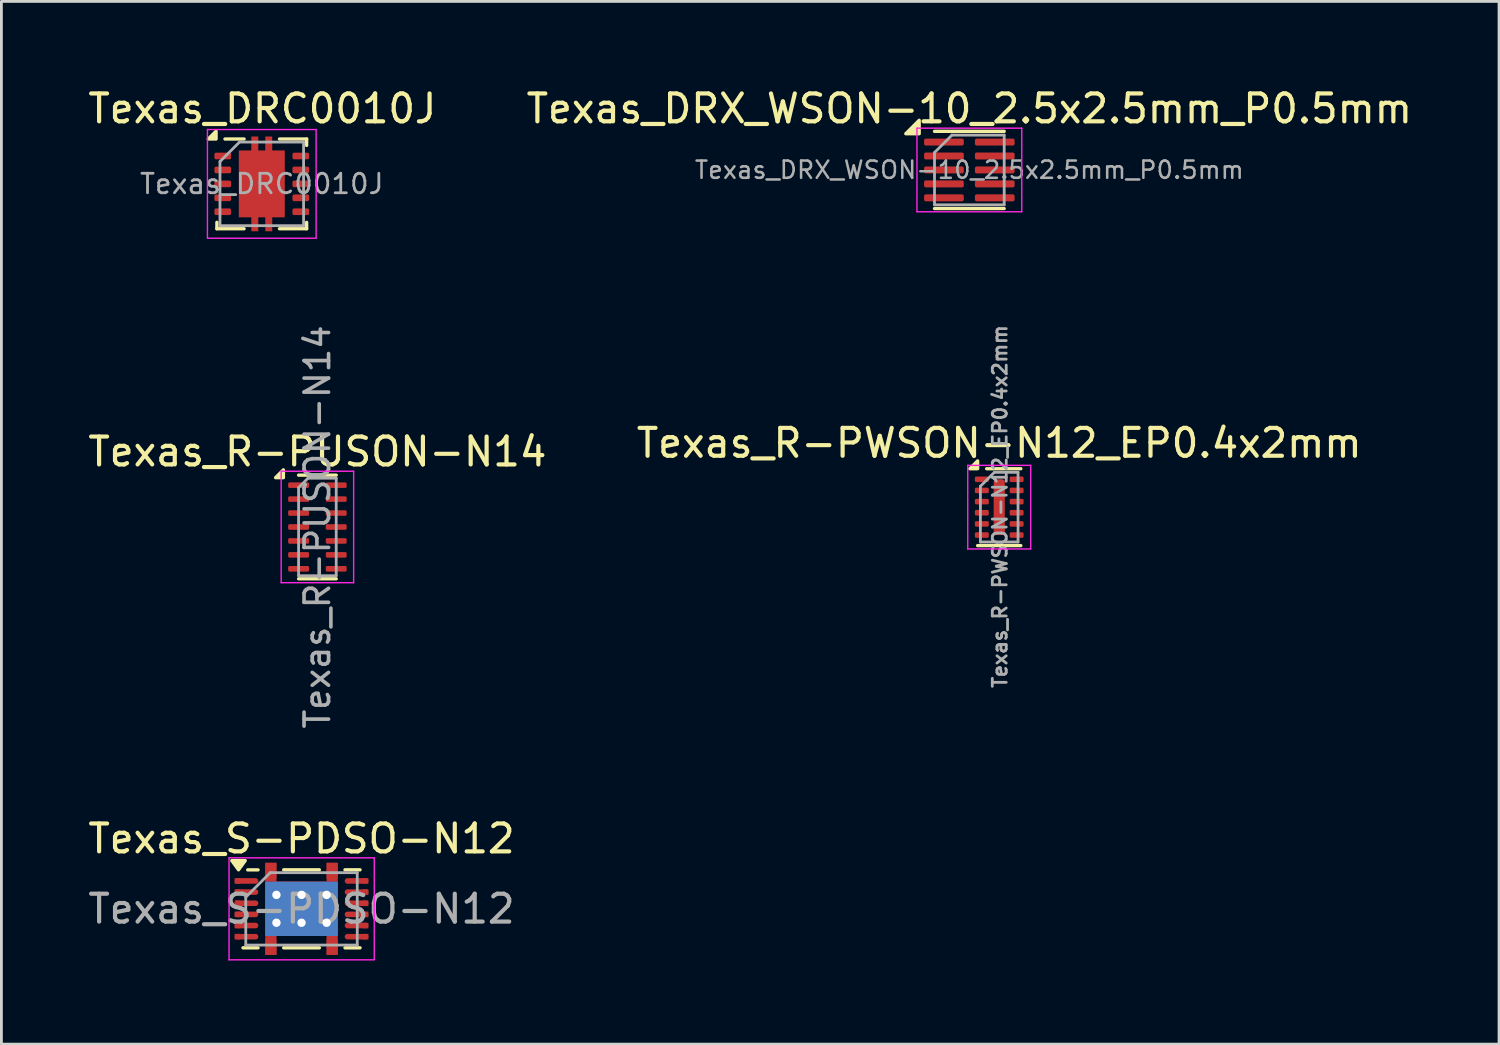
<source format=kicad_pcb>
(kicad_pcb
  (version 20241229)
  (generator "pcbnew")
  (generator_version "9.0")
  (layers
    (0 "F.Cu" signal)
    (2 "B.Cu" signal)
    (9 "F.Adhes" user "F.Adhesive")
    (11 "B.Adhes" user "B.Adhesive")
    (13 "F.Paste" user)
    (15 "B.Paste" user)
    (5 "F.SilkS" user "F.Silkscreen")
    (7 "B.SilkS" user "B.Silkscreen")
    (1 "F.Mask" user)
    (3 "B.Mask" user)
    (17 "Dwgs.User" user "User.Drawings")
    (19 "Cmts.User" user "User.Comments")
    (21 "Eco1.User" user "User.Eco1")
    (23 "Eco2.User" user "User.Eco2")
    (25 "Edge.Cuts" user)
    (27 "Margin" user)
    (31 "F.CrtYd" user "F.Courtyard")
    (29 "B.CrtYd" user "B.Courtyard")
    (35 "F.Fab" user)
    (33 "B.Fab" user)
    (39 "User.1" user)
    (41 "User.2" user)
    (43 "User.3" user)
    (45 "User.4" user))
  (footprint "Texas_R-PUSON-N14"
    (layer "F.Cu")
    (at 8.339 15.859)
    (property "Reference" "Texas_R-PUSON-N14" (at 0 -2.7 0) (layer "F.SilkS") (effects (font (size 1 1) (thickness 0.15))))
    (attr smd)
    (fp_line (start -0.675 -1.86) (end 0.675 -1.86) (stroke (width 0.12) (type solid)) (layer "F.SilkS"))
    (fp_line (start -0.675 1.86) (end 0.675 1.86) (stroke (width 0.12) (type solid)) (layer "F.SilkS"))
    (fp_poly (pts (xy -1.22 -1.77) (xy -1.5 -1.77) (xy -1.22 -2.05) (xy -1.22 -1.77)) (stroke (width 0.12) (type solid)) (fill yes) (layer "F.SilkS"))
    (fp_line (start -1.3 -2) (end -1.3 2) (stroke (width 0.05) (type solid)) (layer "F.CrtYd"))
    (fp_line (start -1.3 2) (end 1.3 2) (stroke (width 0.05) (type solid)) (layer "F.CrtYd"))
    (fp_line (start 1.3 -2) (end -1.3 -2) (stroke (width 0.05) (type solid)) (layer "F.CrtYd"))
    (fp_line (start 1.3 2) (end 1.3 -2) (stroke (width 0.05) (type solid)) (layer "F.CrtYd"))
    (fp_line (start -0.675 -1.413) (end -0.338 -1.75) (stroke (width 0.1) (type solid)) (layer "F.Fab"))
    (fp_line (start -0.675 1.75) (end -0.675 -1.413) (stroke (width 0.1) (type solid)) (layer "F.Fab"))
    (fp_line (start -0.338 -1.75) (end 0.675 -1.75) (stroke (width 0.1) (type solid)) (layer "F.Fab"))
    (fp_line (start 0.675 -1.75) (end 0.675 1.75) (stroke (width 0.1) (type solid)) (layer "F.Fab"))
    (fp_line (start 0.675 1.75) (end -0.675 1.75) (stroke (width 0.1) (type solid)) (layer "F.Fab"))
    (fp_text user "${REFERENCE}" (at 0 0 90) (layer "F.Fab") (effects (font (size 0.88 0.88) (thickness 0.13))))
    (pad "1" smd roundrect (at -0.675 -1.5) (size 0.75 0.2) (layers "F.Cu" "F.Mask" "F.Paste") (roundrect_rratio 0.25))
    (pad "2" smd roundrect (at -0.675 -1) (size 0.75 0.2) (layers "F.Cu" "F.Mask" "F.Paste") (roundrect_rratio 0.25))
    (pad "3" smd roundrect (at -0.675 -0.5) (size 0.75 0.2) (layers "F.Cu" "F.Mask" "F.Paste") (roundrect_rratio 0.25))
    (pad "4" smd roundrect (at -0.675 0) (size 0.75 0.2) (layers "F.Cu" "F.Mask" "F.Paste") (roundrect_rratio 0.25))
    (pad "5" smd roundrect (at -0.675 0.5) (size 0.75 0.2) (layers "F.Cu" "F.Mask" "F.Paste") (roundrect_rratio 0.25))
    (pad "6" smd roundrect (at -0.675 1) (size 0.75 0.2) (layers "F.Cu" "F.Mask" "F.Paste") (roundrect_rratio 0.25))
    (pad "7" smd roundrect (at -0.675 1.5) (size 0.75 0.2) (layers "F.Cu" "F.Mask" "F.Paste") (roundrect_rratio 0.25))
    (pad "8" smd roundrect (at 0.675 1.5) (size 0.75 0.2) (layers "F.Cu" "F.Mask" "F.Paste") (roundrect_rratio 0.25))
    (pad "9" smd roundrect (at 0.675 1) (size 0.75 0.2) (layers "F.Cu" "F.Mask" "F.Paste") (roundrect_rratio 0.25))
    (pad "10" smd roundrect (at 0.675 0.5) (size 0.75 0.2) (layers "F.Cu" "F.Mask" "F.Paste") (roundrect_rratio 0.25))
    (pad "11" smd roundrect (at 0.675 0) (size 0.75 0.2) (layers "F.Cu" "F.Mask" "F.Paste") (roundrect_rratio 0.25))
    (pad "12" smd roundrect (at 0.675 -0.5) (size 0.75 0.2) (layers "F.Cu" "F.Mask" "F.Paste") (roundrect_rratio 0.25))
    (pad "13" smd roundrect (at 0.675 -1) (size 0.75 0.2) (layers "F.Cu" "F.Mask" "F.Paste") (roundrect_rratio 0.25))
    (pad "14" smd roundrect (at 0.675 -1.5) (size 0.75 0.2) (layers "F.Cu" "F.Mask" "F.Paste") (roundrect_rratio 0.25)))
  (footprint "Texas_R-PWSON-N12_EP0.4x2mm"
    (layer "F.Cu")
    (at 32.804 15.148)
    (property "Reference" "Texas_R-PWSON-N12_EP0.4x2mm" (at 0 -2.3 0) (layer "F.SilkS") (effects (font (size 1 1) (thickness 0.15))))
    (attr smd)
    (fp_line (start 0.775 -1.38) (end -0.45 -1.38) (stroke (width 0.12) (type solid)) (layer "F.SilkS"))
    (fp_line (start 0.775 1.38) (end -0.775 1.38) (stroke (width 0.12) (type solid)) (layer "F.SilkS"))
    (fp_poly (pts (xy -0.775 -1.38) (xy -1.055 -1.38) (xy -0.775 -1.66) (xy -0.775 -1.38)) (stroke (width 0.12) (type solid)) (fill yes) (layer "F.SilkS"))
    (fp_line (start -1.13 -1.5) (end -1.13 1.5) (stroke (width 0.05) (type solid)) (layer "F.CrtYd"))
    (fp_line (start -1.13 -1.5) (end 1.13 -1.5) (stroke (width 0.05) (type solid)) (layer "F.CrtYd"))
    (fp_line (start -1.13 1.5) (end 1.13 1.5) (stroke (width 0.05) (type solid)) (layer "F.CrtYd"))
    (fp_line (start 1.13 -1.5) (end 1.13 1.5) (stroke (width 0.05) (type solid)) (layer "F.CrtYd"))
    (fp_line (start -0.675 -0.75) (end -0.675 1.25) (stroke (width 0.1) (type solid)) (layer "F.Fab"))
    (fp_line (start -0.675 1.25) (end 0.675 1.25) (stroke (width 0.1) (type solid)) (layer "F.Fab"))
    (fp_line (start -0.175 -1.25) (end -0.675 -0.75) (stroke (width 0.1) (type solid)) (layer "F.Fab"))
    (fp_line (start -0.175 -1.25) (end 0.675 -1.25) (stroke (width 0.1) (type solid)) (layer "F.Fab"))
    (fp_line (start 0.675 -1.25) (end 0.675 1.25) (stroke (width 0.1) (type solid)) (layer "F.Fab"))
    (fp_text user "${REFERENCE}" (at 0.025 -0.025 90) (layer "F.Fab") (effects (font (size 0.5 0.5) (thickness 0.1))))
    (pad "" smd roundrect (at 0 -0.68) (size 0.3 0.55) (layers "F.Paste") (roundrect_rratio 0.25))
    (pad "" smd roundrect (at 0 0) (size 0.3 0.55) (layers "F.Paste") (roundrect_rratio 0.25))
    (pad "" smd roundrect (at 0 0.68) (size 0.3 0.55) (layers "F.Paste") (roundrect_rratio 0.25))
    (pad "1" smd roundrect (at -0.625 -1 90) (size 0.2 0.5) (layers "F.Cu" "F.Mask" "F.Paste") (roundrect_rratio 0.25))
    (pad "2" smd roundrect (at -0.625 -0.6 90) (size 0.2 0.5) (layers "F.Cu" "F.Mask" "F.Paste") (roundrect_rratio 0.25))
    (pad "3" smd roundrect (at -0.625 -0.2 90) (size 0.2 0.5) (layers "F.Cu" "F.Mask" "F.Paste") (roundrect_rratio 0.25))
    (pad "4" smd roundrect (at -0.625 0.2 90) (size 0.2 0.5) (layers "F.Cu" "F.Mask" "F.Paste") (roundrect_rratio 0.25))
    (pad "5" smd roundrect (at -0.625 0.6 90) (size 0.2 0.5) (layers "F.Cu" "F.Mask" "F.Paste") (roundrect_rratio 0.25))
    (pad "6" smd roundrect (at -0.625 1 90) (size 0.2 0.5) (layers "F.Cu" "F.Mask" "F.Paste") (roundrect_rratio 0.25))
    (pad "7" smd roundrect (at 0.625 1 90) (size 0.2 0.5) (layers "F.Cu" "F.Mask" "F.Paste") (roundrect_rratio 0.25))
    (pad "8" smd roundrect (at 0.625 0.6 90) (size 0.2 0.5) (layers "F.Cu" "F.Mask" "F.Paste") (roundrect_rratio 0.25))
    (pad "9" smd roundrect (at 0.625 0.2 90) (size 0.2 0.5) (layers "F.Cu" "F.Mask" "F.Paste") (roundrect_rratio 0.25))
    (pad "10" smd roundrect (at 0.625 -0.2 90) (size 0.2 0.5) (layers "F.Cu" "F.Mask" "F.Paste") (roundrect_rratio 0.25))
    (pad "11" smd roundrect (at 0.625 -0.6 90) (size 0.2 0.5) (layers "F.Cu" "F.Mask" "F.Paste") (roundrect_rratio 0.25))
    (pad "12" smd roundrect (at 0.625 -1 90) (size 0.2 0.5) (layers "F.Cu" "F.Mask" "F.Paste") (roundrect_rratio 0.25))
    (pad "13" smd roundrect (at 0 0) (size 0.4 2) (layers "F.Cu" "F.Mask") (roundrect_rratio 0.25)))
  (footprint "Texas_S-PDSO-N12"
    (layer "F.Cu")
    (at 7.769 29.56)
    (property "Reference" "Texas_S-PDSO-N12" (at -0.001 -2.517 0) (layer "F.SilkS") (effects (font (size 1 1) (thickness 0.15))))
    (attr smd)
    (fp_line (start -1.56 -1.397) (end -1.93 -1.397) (stroke (width 0.12) (type solid)) (layer "F.SilkS"))
    (fp_line (start -1.56 1.4) (end -2.1 1.4) (stroke (width 0.12) (type solid)) (layer "F.SilkS"))
    (fp_line (start 0.64 -1.4) (end -0.64 -1.4) (stroke (width 0.12) (type solid)) (layer "F.SilkS"))
    (fp_line (start 0.64 1.4) (end -0.64 1.4) (stroke (width 0.12) (type solid)) (layer "F.SilkS"))
    (fp_line (start 1.56 -1.4) (end 2.1 -1.4) (stroke (width 0.12) (type solid)) (layer "F.SilkS"))
    (fp_line (start 1.56 1.4) (end 2.1 1.4) (stroke (width 0.12) (type solid)) (layer "F.SilkS"))
    (fp_poly (pts (xy -2.26 -1.4) (xy -2.5 -1.73) (xy -2.02 -1.73) (xy -2.26 -1.4)) (stroke (width 0.12) (type solid)) (fill yes) (layer "F.SilkS"))
    (fp_line (start -2.6 -1.83) (end 2.61 -1.83) (stroke (width 0.05) (type solid)) (layer "F.CrtYd"))
    (fp_line (start -2.6 1.83) (end -2.6 -1.83) (stroke (width 0.05) (type solid)) (layer "F.CrtYd"))
    (fp_line (start -2.6 1.83) (end 2.61 1.83) (stroke (width 0.05) (type solid)) (layer "F.CrtYd"))
    (fp_line (start 2.61 1.82) (end 2.61 -1.83) (stroke (width 0.05) (type solid)) (layer "F.CrtYd"))
    (fp_line (start -2.001 -0.417) (end -2 1.3) (stroke (width 0.1) (type solid)) (layer "F.Fab"))
    (fp_line (start -2.001 -0.417) (end -1.121 -1.297) (stroke (width 0.1) (type solid)) (layer "F.Fab"))
    (fp_line (start -2 1.3) (end 2 1.3) (stroke (width 0.1) (type solid)) (layer "F.Fab"))
    (fp_line (start -1.121 -1.297) (end 1.999 -1.297) (stroke (width 0.1) (type solid)) (layer "F.Fab"))
    (fp_line (start 2 1.3) (end 1.999 -1.297) (stroke (width 0.1) (type solid)) (layer "F.Fab"))
    (fp_text user "${REFERENCE}" (at -0.001 0.003 0) (layer "F.Fab") (effects (font (size 1 1) (thickness 0.15))))
    (pad "1" smd rect (at -2.3 -1) (size 0.2 0.2) (layers "F.Cu" "F.Mask" "F.Paste"))
    (pad "1" smd oval (at -1.975 -1) (size 0.85 0.2) (layers "F.Cu" "F.Mask" "F.Paste"))
    (pad "2" smd rect (at -2.3 -0.6) (size 0.2 0.2) (layers "F.Cu" "F.Mask" "F.Paste"))
    (pad "2" smd oval (at -1.975 -0.6) (size 0.85 0.2) (layers "F.Cu" "F.Mask" "F.Paste"))
    (pad "3" smd rect (at -2.3 -0.2) (size 0.2 0.2) (layers "F.Cu" "F.Mask" "F.Paste"))
    (pad "3" smd oval (at -1.975 -0.2) (size 0.85 0.2) (layers "F.Cu" "F.Mask" "F.Paste"))
    (pad "4" smd rect (at -2.3 0.2) (size 0.2 0.2) (layers "F.Cu" "F.Mask" "F.Paste"))
    (pad "4" smd oval (at -1.975 0.2) (size 0.85 0.2) (layers "F.Cu" "F.Mask" "F.Paste"))
    (pad "5" smd rect (at -2.3 0.6) (size 0.2 0.2) (layers "F.Cu" "F.Mask" "F.Paste"))
    (pad "5" smd oval (at -1.975 0.6) (size 0.85 0.2) (layers "F.Cu" "F.Mask" "F.Paste"))
    (pad "6" smd rect (at -2.3 1) (size 0.2 0.2) (layers "F.Cu" "F.Mask" "F.Paste"))
    (pad "6" smd oval (at -1.975 1) (size 0.85 0.2) (layers "F.Cu" "F.Mask" "F.Paste"))
    (pad "7" smd oval (at 1.975 1) (size 0.85 0.2) (layers "F.Cu" "F.Mask" "F.Paste"))
    (pad "7" smd rect (at 2.3 1) (size 0.2 0.2) (layers "F.Cu" "F.Mask" "F.Paste"))
    (pad "8" smd oval (at 1.975 0.6) (size 0.85 0.2) (layers "F.Cu" "F.Mask" "F.Paste"))
    (pad "8" smd rect (at 2.3 0.6) (size 0.2 0.2) (layers "F.Cu" "F.Mask" "F.Paste"))
    (pad "9" smd oval (at 1.975 0.2) (size 0.85 0.2) (layers "F.Cu" "F.Mask" "F.Paste"))
    (pad "9" smd rect (at 2.3 0.2) (size 0.2 0.2) (layers "F.Cu" "F.Mask" "F.Paste"))
    (pad "10" smd oval (at 1.975 -0.2) (size 0.85 0.2) (layers "F.Cu" "F.Mask" "F.Paste"))
    (pad "10" smd rect (at 2.3 -0.2) (size 0.2 0.2) (layers "F.Cu" "F.Mask" "F.Paste"))
    (pad "11" smd oval (at 1.975 -0.6) (size 0.85 0.2) (layers "F.Cu" "F.Mask" "F.Paste"))
    (pad "11" smd rect (at 2.3 -0.6) (size 0.2 0.2) (layers "F.Cu" "F.Mask" "F.Paste"))
    (pad "12" smd oval (at 1.975 -1) (size 0.85 0.2) (layers "F.Cu" "F.Mask" "F.Paste"))
    (pad "12" smd rect (at 2.3 -1) (size 0.2 0.2) (layers "F.Cu" "F.Mask" "F.Paste"))
    (pad "13" smd rect (at -1.1 -1.365 270) (size 0.575 0.4) (layers "F.Cu" "F.Mask" "F.Paste"))
    (pad "13" smd rect (at -1.1 -1.312 270) (size 0.675 0.4) (layers "F.Cu" "F.Mask"))
    (pad "13" smd rect (at -1.1 1.312 270) (size 0.675 0.4) (layers "F.Cu" "F.Mask"))
    (pad "13" smd rect (at -1.1 1.365 270) (size 0.575 0.4) (layers "F.Cu" "F.Mask" "F.Paste"))
    (pad "13" thru_hole circle (at -0.9 -0.5) (size 0.6 0.6) (drill 0.3) (layers "*.Cu"))
    (pad "13" thru_hole circle (at -0.9 0.5) (size 0.6 0.6) (drill 0.3) (layers "*.Cu"))
    (pad "13" smd rect (at -0.65 -0.487 90) (size 0.975 1.3) (layers "F.Cu" "F.Paste"))
    (pad "13" smd rect (at -0.65 0.487 90) (size 0.975 1.3) (layers "F.Cu" "F.Paste"))
    (pad "13" thru_hole circle (at 0 -0.5) (size 0.6 0.6) (drill 0.3) (layers "*.Cu"))
    (pad "13" smd rect (at 0 0 270) (size 1.95 2.6) (layers "F.Cu" "F.Mask"))
    (pad "13" smd rect (at 0 0 270) (size 1.95 2.6) (layers "F.Mask" "B.Cu"))
    (pad "13" thru_hole circle (at 0 0.5) (size 0.6 0.6) (drill 0.3) (layers "*.Cu"))
    (pad "13" smd rect (at 0.65 -0.487 90) (size 0.975 1.3) (layers "F.Cu" "F.Paste"))
    (pad "13" smd rect (at 0.65 0.487 90) (size 0.975 1.3) (layers "F.Cu" "F.Paste"))
    (pad "13" thru_hole circle (at 0.9 -0.5) (size 0.6 0.6) (drill 0.3) (layers "*.Cu"))
    (pad "13" thru_hole circle (at 0.9 0.5) (size 0.6 0.6) (drill 0.3) (layers "*.Cu"))
    (pad "13" smd rect (at 1.1 -1.365 270) (size 0.575 0.4) (layers "F.Cu" "F.Mask" "F.Paste"))
    (pad "13" smd rect (at 1.1 -1.312 270) (size 0.675 0.4) (layers "F.Cu" "F.Mask"))
    (pad "13" smd rect (at 1.1 1.312 270) (size 0.675 0.4) (layers "F.Cu" "F.Mask"))
    (pad "13" smd rect (at 1.1 1.365 270) (size 0.575 0.4) (layers "F.Cu" "F.Mask" "F.Paste")))
  (footprint "Texas_DRC0010J"
    (layer "F.Cu")
    (at 6.343 3.548)
    (property "Reference" "Texas_DRC0010J" (at 0.02 -2.7 0) (layer "F.SilkS") (effects (font (size 1 1) (thickness 0.15))))
    (attr smd)
    (fp_line (start -1.61 1.38) (end -1.61 1.61) (stroke (width 0.12) (type solid)) (layer "F.SilkS"))
    (fp_line (start -1.61 1.61) (end -0.635 1.61) (stroke (width 0.12) (type solid)) (layer "F.SilkS"))
    (fp_line (start -1.32 -1.61) (end -0.635 -1.61) (stroke (width 0.12) (type solid)) (layer "F.SilkS"))
    (fp_line (start 0.635 -1.61) (end 1.61 -1.61) (stroke (width 0.12) (type solid)) (layer "F.SilkS"))
    (fp_line (start 0.635 1.61) (end 1.61 1.61) (stroke (width 0.12) (type solid)) (layer "F.SilkS"))
    (fp_line (start 1.61 -1.61) (end 1.61 -1.38) (stroke (width 0.12) (type solid)) (layer "F.SilkS"))
    (fp_line (start 1.61 1.38) (end 1.61 1.61) (stroke (width 0.12) (type solid)) (layer "F.SilkS"))
    (fp_poly (pts (xy -1.64 -1.61) (xy -1.92 -1.61) (xy -1.64 -1.89) (xy -1.64 -1.61)) (stroke (width 0.12) (type solid)) (fill yes) (layer "F.SilkS"))
    (fp_line (start -1.95 -1.95) (end -1.95 1.95) (stroke (width 0.05) (type solid)) (layer "F.CrtYd"))
    (fp_line (start -1.95 -1.95) (end 1.95 -1.95) (stroke (width 0.05) (type solid)) (layer "F.CrtYd"))
    (fp_line (start -1.95 1.95) (end 1.95 1.95) (stroke (width 0.05) (type solid)) (layer "F.CrtYd"))
    (fp_line (start 1.95 -1.95) (end 1.95 1.95) (stroke (width 0.05) (type solid)) (layer "F.CrtYd"))
    (fp_line (start -1.5 -0.8) (end -1.5 1.5) (stroke (width 0.1) (type solid)) (layer "F.Fab"))
    (fp_line (start -1.5 -0.8) (end -0.8 -1.5) (stroke (width 0.1) (type solid)) (layer "F.Fab"))
    (fp_line (start -1.5 1.5) (end 1.5 1.5) (stroke (width 0.1) (type solid)) (layer "F.Fab"))
    (fp_line (start -0.8 -1.5) (end 1.5 -1.5) (stroke (width 0.1) (type solid)) (layer "F.Fab"))
    (fp_line (start 1.5 -1.5) (end 1.5 1.5) (stroke (width 0.1) (type solid)) (layer "F.Fab"))
    (fp_text user "${REFERENCE}" (at 0 0 0) (layer "F.Fab") (effects (font (size 0.7 0.7) (thickness 0.1))))
    (pad "" smd roundrect (at -0.25 -1.53) (size 0.25 0.34) (layers "F.Paste") (roundrect_rratio 0.1))
    (pad "" smd roundrect (at -0.25 1.53) (size 0.25 0.34) (layers "F.Paste") (roundrect_rratio 0.1))
    (pad "" smd roundrect (at 0 -0.63) (size 1.5 1.06) (layers "F.Paste") (roundrect_rratio 0.1))
    (pad "" smd roundrect (at 0 0.63) (size 1.5 1.06) (layers "F.Paste") (roundrect_rratio 0.1))
    (pad "" smd roundrect (at 0.25 -1.53) (size 0.25 0.34) (layers "F.Paste") (roundrect_rratio 0.1))
    (pad "" smd roundrect (at 0.25 1.53) (size 0.25 0.34) (layers "F.Paste") (roundrect_rratio 0.1))
    (pad "1" smd roundrect (at -1.4 -1) (size 0.6 0.24) (layers "F.Cu" "F.Mask" "F.Paste") (roundrect_rratio 0.25))
    (pad "2" smd roundrect (at -1.4 -0.5) (size 0.6 0.24) (layers "F.Cu" "F.Mask" "F.Paste") (roundrect_rratio 0.25))
    (pad "3" smd roundrect (at -1.4 0) (size 0.6 0.24) (layers "F.Cu" "F.Mask" "F.Paste") (roundrect_rratio 0.25))
    (pad "4" smd roundrect (at -1.4 0.5) (size 0.6 0.24) (layers "F.Cu" "F.Mask" "F.Paste") (roundrect_rratio 0.25))
    (pad "5" smd roundrect (at -1.4 1) (size 0.6 0.24) (layers "F.Cu" "F.Mask" "F.Paste") (roundrect_rratio 0.25))
    (pad "6" smd roundrect (at 1.4 1) (size 0.6 0.24) (layers "F.Cu" "F.Mask" "F.Paste") (roundrect_rratio 0.25))
    (pad "7" smd roundrect (at 1.4 0.5) (size 0.6 0.24) (layers "F.Cu" "F.Mask" "F.Paste") (roundrect_rratio 0.25))
    (pad "8" smd roundrect (at 1.4 0) (size 0.6 0.24) (layers "F.Cu" "F.Mask" "F.Paste") (roundrect_rratio 0.25))
    (pad "9" smd roundrect (at 1.4 -0.5) (size 0.6 0.24) (layers "F.Cu" "F.Mask" "F.Paste") (roundrect_rratio 0.25))
    (pad "10" smd roundrect (at 1.4 -1) (size 0.6 0.24) (layers "F.Cu" "F.Mask" "F.Paste") (roundrect_rratio 0.25))
    (pad "11" smd custom (at 0 0) (size 1.65 2.4) (layers "F.Cu" "F.Mask") (options (anchor rect)) (primitives (gr_poly (pts (xy -0.125 -1.1) (xy 0.125 -1.1) (xy 0.125 -1.7) (xy 0.375 -1.7) (xy 0.375 1.7) (xy 0.125 1.7) (xy 0.125 1.1) (xy -0.125 1.1) (xy -0.125 1.7) (xy -0.375 1.7) (xy -0.375 -1.7) (xy -0.125 -1.7)) (width 0) (fill yes)))))
  (footprint "Texas_DRX_WSON-10_2.5x2.5mm_P0.5mm"
    (layer "F.Cu")
    (at 31.732 3.048)
    (property "Reference" "Texas_DRX_WSON-10_2.5x2.5mm_P0.5mm" (at 0 -2.2 0) (layer "F.SilkS") (effects (font (size 1 1) (thickness 0.15))))
    (attr smd)
    (fp_line (start -1.25 -1.385) (end 1.25 -1.385) (stroke (width 0.12) (type solid)) (layer "F.SilkS"))
    (fp_line (start -1.25 1.385) (end 1.25 1.385) (stroke (width 0.12) (type solid)) (layer "F.SilkS"))
    (fp_poly (pts (xy -1.8 -1.3) (xy -2.28 -1.3) (xy -1.8 -1.78) (xy -1.8 -1.3)) (stroke (width 0.12) (type solid)) (fill yes) (layer "F.SilkS"))
    (fp_line (start -1.88 -1.5) (end -1.88 1.5) (stroke (width 0.05) (type solid)) (layer "F.CrtYd"))
    (fp_line (start -1.88 1.5) (end 1.88 1.5) (stroke (width 0.05) (type solid)) (layer "F.CrtYd"))
    (fp_line (start 1.88 -1.5) (end -1.88 -1.5) (stroke (width 0.05) (type solid)) (layer "F.CrtYd"))
    (fp_line (start 1.88 1.5) (end 1.88 -1.5) (stroke (width 0.05) (type solid)) (layer "F.CrtYd"))
    (fp_line (start -1.25 -0.625) (end -0.625 -1.25) (stroke (width 0.1) (type solid)) (layer "F.Fab"))
    (fp_line (start -1.25 1.25) (end -1.25 -0.625) (stroke (width 0.1) (type solid)) (layer "F.Fab"))
    (fp_line (start -0.625 -1.25) (end 1.25 -1.25) (stroke (width 0.1) (type solid)) (layer "F.Fab"))
    (fp_line (start 1.25 -1.25) (end 1.25 1.25) (stroke (width 0.1) (type solid)) (layer "F.Fab"))
    (fp_line (start 1.25 1.25) (end -1.25 1.25) (stroke (width 0.1) (type solid)) (layer "F.Fab"))
    (fp_text user "${REFERENCE}" (at 0 0 0) (layer "F.Fab") (effects (font (size 0.62 0.62) (thickness 0.09))))
    (pad "1" smd roundrect (at -0.912 -1) (size 1.425 0.25) (layers "F.Cu" "F.Mask" "F.Paste") (roundrect_rratio 0.25))
    (pad "2" smd roundrect (at -0.912 -0.5) (size 1.425 0.25) (layers "F.Cu" "F.Mask" "F.Paste") (roundrect_rratio 0.25))
    (pad "3" smd roundrect (at -0.912 0) (size 1.425 0.25) (layers "F.Cu" "F.Mask" "F.Paste") (roundrect_rratio 0.25))
    (pad "4" smd roundrect (at -0.912 0.5) (size 1.425 0.25) (layers "F.Cu" "F.Mask" "F.Paste") (roundrect_rratio 0.25))
    (pad "5" smd roundrect (at -0.912 1) (size 1.425 0.25) (layers "F.Cu" "F.Mask" "F.Paste") (roundrect_rratio 0.25))
    (pad "6" smd roundrect (at 0.912 1) (size 1.425 0.25) (layers "F.Cu" "F.Mask" "F.Paste") (roundrect_rratio 0.25))
    (pad "7" smd roundrect (at 0.912 0.5) (size 1.425 0.25) (layers "F.Cu" "F.Mask" "F.Paste") (roundrect_rratio 0.25))
    (pad "8" smd roundrect (at 0.912 0) (size 1.425 0.25) (layers "F.Cu" "F.Mask" "F.Paste") (roundrect_rratio 0.25))
    (pad "9" smd roundrect (at 0.912 -0.5) (size 1.425 0.25) (layers "F.Cu" "F.Mask" "F.Paste") (roundrect_rratio 0.25))
    (pad "10" smd roundrect (at 0.912 -1) (size 1.425 0.25) (layers "F.Cu" "F.Mask" "F.Paste") (roundrect_rratio 0.25)))
  (gr_rect
    (start -3 -3)
    (end 50.738 34.415)
    (stroke (width 0.1) (type default))
    (fill no)
    (layer "Edge.Cuts")))
</source>
